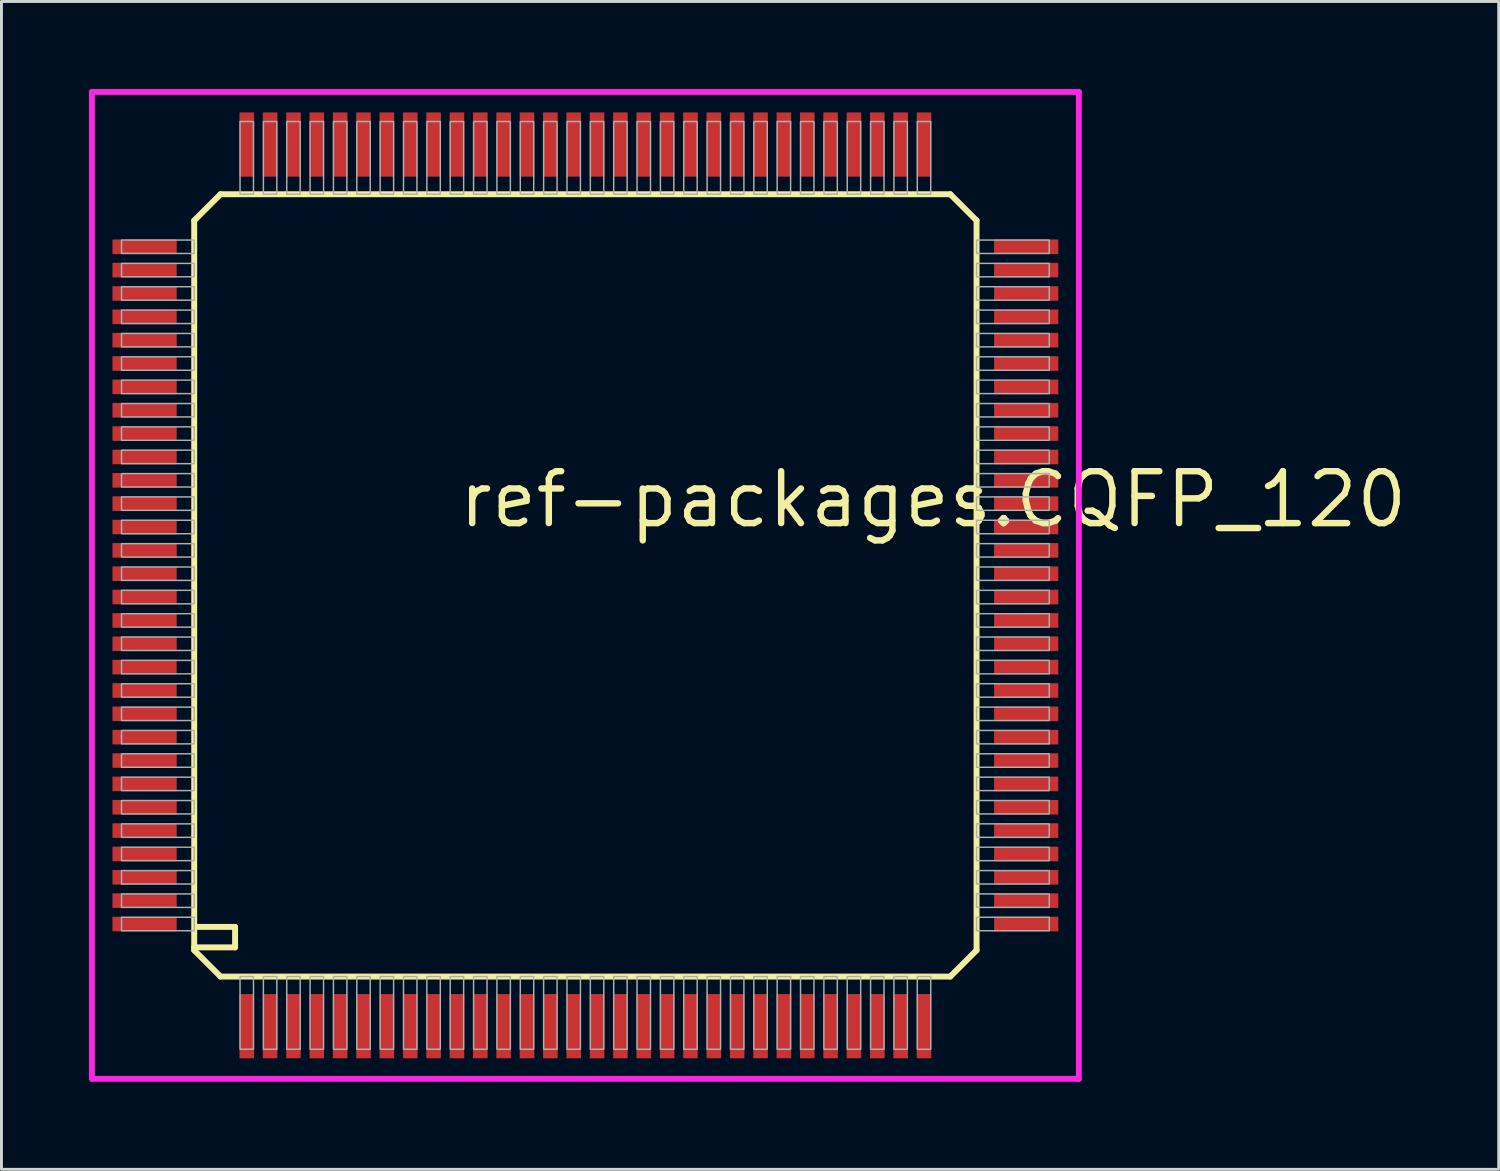
<source format=kicad_pcb>
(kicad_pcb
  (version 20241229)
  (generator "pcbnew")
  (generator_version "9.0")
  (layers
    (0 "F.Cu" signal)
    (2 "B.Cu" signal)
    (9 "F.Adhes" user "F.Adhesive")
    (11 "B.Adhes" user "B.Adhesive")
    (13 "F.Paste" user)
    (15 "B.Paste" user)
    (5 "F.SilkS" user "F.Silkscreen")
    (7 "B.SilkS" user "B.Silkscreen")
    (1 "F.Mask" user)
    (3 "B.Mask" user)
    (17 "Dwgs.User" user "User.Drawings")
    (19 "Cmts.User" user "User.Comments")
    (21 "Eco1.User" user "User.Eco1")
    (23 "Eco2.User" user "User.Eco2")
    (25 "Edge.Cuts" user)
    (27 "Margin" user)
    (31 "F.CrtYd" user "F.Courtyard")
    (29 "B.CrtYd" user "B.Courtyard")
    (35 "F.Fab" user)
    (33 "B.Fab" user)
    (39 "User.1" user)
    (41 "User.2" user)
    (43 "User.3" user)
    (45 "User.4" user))
  (footprint "ref-packages.CQFP_120"
    (layer "F.Cu")
    (at 17.003 17.003)
    (property "Reference" "ref-packages.CQFP_120" (at -4.445 -1.905 0) (layer "F.SilkS") (effects (font (size 1.778 1.778) (thickness 0.22)) (justify left bottom)))
    (attr smd)
    (fp_line (start -13.4 -12.5) (end -13.4 12.4) (stroke (width 0.203) (type default)) (layer "F.SilkS"))
    (fp_line (start -13.4 -12.5) (end -12.5 -13.4) (stroke (width 0.203) (type default)) (layer "F.SilkS"))
    (fp_line (start -13.4 12.4) (end -13.4 12.5) (stroke (width 0.203) (type default)) (layer "F.SilkS"))
    (fp_line (start -13.4 12.4) (end -12 12.4) (stroke (width 0.203) (type default)) (layer "F.SilkS"))
    (fp_line (start -13.4 12.5) (end -12.5 13.4) (stroke (width 0.203) (type default)) (layer "F.SilkS"))
    (fp_line (start -12.5 13.4) (end 12.5 13.4) (stroke (width 0.203) (type default)) (layer "F.SilkS"))
    (fp_line (start -12 11.7) (end -13.3 11.7) (stroke (width 0.203) (type default)) (layer "F.SilkS"))
    (fp_line (start -12 12.4) (end -12 11.7) (stroke (width 0.203) (type default)) (layer "F.SilkS"))
    (fp_line (start 12.5 -13.4) (end -12.5 -13.4) (stroke (width 0.203) (type default)) (layer "F.SilkS"))
    (fp_line (start 12.5 -13.4) (end 13.4 -12.5) (stroke (width 0.203) (type default)) (layer "F.SilkS"))
    (fp_line (start 12.5 13.4) (end 13.4 12.5) (stroke (width 0.203) (type default)) (layer "F.SilkS"))
    (fp_line (start 13.4 12.5) (end 13.4 -12.5) (stroke (width 0.203) (type default)) (layer "F.SilkS"))
    (fp_line (start -16.903 -16.903) (end 16.903 -16.903) (stroke (width 0.2) (type default)) (layer "F.CrtYd"))
    (fp_line (start -16.903 16.903) (end -16.903 -16.903) (stroke (width 0.2) (type default)) (layer "F.CrtYd"))
    (fp_line (start 16.903 -16.903) (end 16.903 16.903) (stroke (width 0.2) (type default)) (layer "F.CrtYd"))
    (fp_line (start 16.903 16.903) (end -16.903 16.903) (stroke (width 0.2) (type default)) (layer "F.CrtYd"))
    (fp_rect (start -15.89 -11.37) (end -13.4 -11.83) (stroke (width 0.05) (type default)) (fill no) (layer "F.Fab"))
    (fp_rect (start -15.89 -10.57) (end -13.4 -11.03) (stroke (width 0.05) (type default)) (fill no) (layer "F.Fab"))
    (fp_rect (start -15.89 -9.77) (end -13.4 -10.23) (stroke (width 0.05) (type default)) (fill no) (layer "F.Fab"))
    (fp_rect (start -15.89 -8.97) (end -13.4 -9.43) (stroke (width 0.05) (type default)) (fill no) (layer "F.Fab"))
    (fp_rect (start -15.89 -8.17) (end -13.4 -8.63) (stroke (width 0.05) (type default)) (fill no) (layer "F.Fab"))
    (fp_rect (start -15.89 -7.37) (end -13.4 -7.83) (stroke (width 0.05) (type default)) (fill no) (layer "F.Fab"))
    (fp_rect (start -15.89 -6.57) (end -13.4 -7.03) (stroke (width 0.05) (type default)) (fill no) (layer "F.Fab"))
    (fp_rect (start -15.89 -5.77) (end -13.4 -6.23) (stroke (width 0.05) (type default)) (fill no) (layer "F.Fab"))
    (fp_rect (start -15.89 -4.97) (end -13.4 -5.43) (stroke (width 0.05) (type default)) (fill no) (layer "F.Fab"))
    (fp_rect (start -15.89 -4.17) (end -13.4 -4.63) (stroke (width 0.05) (type default)) (fill no) (layer "F.Fab"))
    (fp_rect (start -15.89 -3.37) (end -13.4 -3.83) (stroke (width 0.05) (type default)) (fill no) (layer "F.Fab"))
    (fp_rect (start -15.89 -2.57) (end -13.4 -3.03) (stroke (width 0.05) (type default)) (fill no) (layer "F.Fab"))
    (fp_rect (start -15.89 -1.77) (end -13.4 -2.23) (stroke (width 0.05) (type default)) (fill no) (layer "F.Fab"))
    (fp_rect (start -15.89 -0.97) (end -13.4 -1.43) (stroke (width 0.05) (type default)) (fill no) (layer "F.Fab"))
    (fp_rect (start -15.89 -0.17) (end -13.4 -0.63) (stroke (width 0.05) (type default)) (fill no) (layer "F.Fab"))
    (fp_rect (start -15.89 0.63) (end -13.4 0.17) (stroke (width 0.05) (type default)) (fill no) (layer "F.Fab"))
    (fp_rect (start -15.89 1.43) (end -13.4 0.97) (stroke (width 0.05) (type default)) (fill no) (layer "F.Fab"))
    (fp_rect (start -15.89 2.23) (end -13.4 1.77) (stroke (width 0.05) (type default)) (fill no) (layer "F.Fab"))
    (fp_rect (start -15.89 3.03) (end -13.4 2.57) (stroke (width 0.05) (type default)) (fill no) (layer "F.Fab"))
    (fp_rect (start -15.89 3.83) (end -13.4 3.37) (stroke (width 0.05) (type default)) (fill no) (layer "F.Fab"))
    (fp_rect (start -15.89 4.63) (end -13.4 4.17) (stroke (width 0.05) (type default)) (fill no) (layer "F.Fab"))
    (fp_rect (start -15.89 5.43) (end -13.4 4.97) (stroke (width 0.05) (type default)) (fill no) (layer "F.Fab"))
    (fp_rect (start -15.89 6.23) (end -13.4 5.77) (stroke (width 0.05) (type default)) (fill no) (layer "F.Fab"))
    (fp_rect (start -15.89 7.03) (end -13.4 6.57) (stroke (width 0.05) (type default)) (fill no) (layer "F.Fab"))
    (fp_rect (start -15.89 7.83) (end -13.4 7.37) (stroke (width 0.05) (type default)) (fill no) (layer "F.Fab"))
    (fp_rect (start -15.89 8.63) (end -13.4 8.17) (stroke (width 0.05) (type default)) (fill no) (layer "F.Fab"))
    (fp_rect (start -15.89 9.43) (end -13.4 8.97) (stroke (width 0.05) (type default)) (fill no) (layer "F.Fab"))
    (fp_rect (start -15.89 10.23) (end -13.4 9.77) (stroke (width 0.05) (type default)) (fill no) (layer "F.Fab"))
    (fp_rect (start -15.89 11.03) (end -13.4 10.57) (stroke (width 0.05) (type default)) (fill no) (layer "F.Fab"))
    (fp_rect (start -15.89 11.83) (end -13.4 11.37) (stroke (width 0.05) (type default)) (fill no) (layer "F.Fab"))
    (fp_rect (start -11.83 -13.4) (end -11.37 -15.89) (stroke (width 0.05) (type default)) (fill no) (layer "F.Fab"))
    (fp_rect (start -11.83 15.89) (end -11.37 13.4) (stroke (width 0.05) (type default)) (fill no) (layer "F.Fab"))
    (fp_rect (start -11.03 -13.4) (end -10.57 -15.89) (stroke (width 0.05) (type default)) (fill no) (layer "F.Fab"))
    (fp_rect (start -11.03 15.89) (end -10.57 13.4) (stroke (width 0.05) (type default)) (fill no) (layer "F.Fab"))
    (fp_rect (start -10.23 -13.4) (end -9.77 -15.89) (stroke (width 0.05) (type default)) (fill no) (layer "F.Fab"))
    (fp_rect (start -10.23 15.89) (end -9.77 13.4) (stroke (width 0.05) (type default)) (fill no) (layer "F.Fab"))
    (fp_rect (start -9.43 -13.4) (end -8.97 -15.89) (stroke (width 0.05) (type default)) (fill no) (layer "F.Fab"))
    (fp_rect (start -9.43 15.89) (end -8.97 13.4) (stroke (width 0.05) (type default)) (fill no) (layer "F.Fab"))
    (fp_rect (start -8.63 -13.4) (end -8.17 -15.89) (stroke (width 0.05) (type default)) (fill no) (layer "F.Fab"))
    (fp_rect (start -8.63 15.89) (end -8.17 13.4) (stroke (width 0.05) (type default)) (fill no) (layer "F.Fab"))
    (fp_rect (start -7.83 -13.4) (end -7.37 -15.89) (stroke (width 0.05) (type default)) (fill no) (layer "F.Fab"))
    (fp_rect (start -7.83 15.89) (end -7.37 13.4) (stroke (width 0.05) (type default)) (fill no) (layer "F.Fab"))
    (fp_rect (start -7.03 -13.4) (end -6.57 -15.89) (stroke (width 0.05) (type default)) (fill no) (layer "F.Fab"))
    (fp_rect (start -7.03 15.89) (end -6.57 13.4) (stroke (width 0.05) (type default)) (fill no) (layer "F.Fab"))
    (fp_rect (start -6.23 -13.4) (end -5.77 -15.89) (stroke (width 0.05) (type default)) (fill no) (layer "F.Fab"))
    (fp_rect (start -6.23 15.89) (end -5.77 13.4) (stroke (width 0.05) (type default)) (fill no) (layer "F.Fab"))
    (fp_rect (start -5.43 -13.4) (end -4.97 -15.89) (stroke (width 0.05) (type default)) (fill no) (layer "F.Fab"))
    (fp_rect (start -5.43 15.89) (end -4.97 13.4) (stroke (width 0.05) (type default)) (fill no) (layer "F.Fab"))
    (fp_rect (start -4.63 -13.4) (end -4.17 -15.89) (stroke (width 0.05) (type default)) (fill no) (layer "F.Fab"))
    (fp_rect (start -4.63 15.89) (end -4.17 13.4) (stroke (width 0.05) (type default)) (fill no) (layer "F.Fab"))
    (fp_rect (start -3.83 -13.4) (end -3.37 -15.89) (stroke (width 0.05) (type default)) (fill no) (layer "F.Fab"))
    (fp_rect (start -3.83 15.89) (end -3.37 13.4) (stroke (width 0.05) (type default)) (fill no) (layer "F.Fab"))
    (fp_rect (start -3.03 -13.4) (end -2.57 -15.89) (stroke (width 0.05) (type default)) (fill no) (layer "F.Fab"))
    (fp_rect (start -3.03 15.89) (end -2.57 13.4) (stroke (width 0.05) (type default)) (fill no) (layer "F.Fab"))
    (fp_rect (start -2.23 -13.4) (end -1.77 -15.89) (stroke (width 0.05) (type default)) (fill no) (layer "F.Fab"))
    (fp_rect (start -2.23 15.89) (end -1.77 13.4) (stroke (width 0.05) (type default)) (fill no) (layer "F.Fab"))
    (fp_rect (start -1.43 -13.4) (end -0.97 -15.89) (stroke (width 0.05) (type default)) (fill no) (layer "F.Fab"))
    (fp_rect (start -1.43 15.89) (end -0.97 13.4) (stroke (width 0.05) (type default)) (fill no) (layer "F.Fab"))
    (fp_rect (start -0.63 -13.4) (end -0.17 -15.89) (stroke (width 0.05) (type default)) (fill no) (layer "F.Fab"))
    (fp_rect (start -0.63 15.89) (end -0.17 13.4) (stroke (width 0.05) (type default)) (fill no) (layer "F.Fab"))
    (fp_rect (start 0.17 -13.4) (end 0.63 -15.89) (stroke (width 0.05) (type default)) (fill no) (layer "F.Fab"))
    (fp_rect (start 0.17 15.89) (end 0.63 13.4) (stroke (width 0.05) (type default)) (fill no) (layer "F.Fab"))
    (fp_rect (start 0.97 -13.4) (end 1.43 -15.89) (stroke (width 0.05) (type default)) (fill no) (layer "F.Fab"))
    (fp_rect (start 0.97 15.89) (end 1.43 13.4) (stroke (width 0.05) (type default)) (fill no) (layer "F.Fab"))
    (fp_rect (start 1.77 -13.4) (end 2.23 -15.89) (stroke (width 0.05) (type default)) (fill no) (layer "F.Fab"))
    (fp_rect (start 1.77 15.89) (end 2.23 13.4) (stroke (width 0.05) (type default)) (fill no) (layer "F.Fab"))
    (fp_rect (start 2.57 -13.4) (end 3.03 -15.89) (stroke (width 0.05) (type default)) (fill no) (layer "F.Fab"))
    (fp_rect (start 2.57 15.89) (end 3.03 13.4) (stroke (width 0.05) (type default)) (fill no) (layer "F.Fab"))
    (fp_rect (start 3.37 -13.4) (end 3.83 -15.89) (stroke (width 0.05) (type default)) (fill no) (layer "F.Fab"))
    (fp_rect (start 3.37 15.89) (end 3.83 13.4) (stroke (width 0.05) (type default)) (fill no) (layer "F.Fab"))
    (fp_rect (start 4.17 -13.4) (end 4.63 -15.89) (stroke (width 0.05) (type default)) (fill no) (layer "F.Fab"))
    (fp_rect (start 4.17 15.89) (end 4.63 13.4) (stroke (width 0.05) (type default)) (fill no) (layer "F.Fab"))
    (fp_rect (start 4.97 -13.4) (end 5.43 -15.89) (stroke (width 0.05) (type default)) (fill no) (layer "F.Fab"))
    (fp_rect (start 4.97 15.89) (end 5.43 13.4) (stroke (width 0.05) (type default)) (fill no) (layer "F.Fab"))
    (fp_rect (start 5.77 -13.4) (end 6.23 -15.89) (stroke (width 0.05) (type default)) (fill no) (layer "F.Fab"))
    (fp_rect (start 5.77 15.89) (end 6.23 13.4) (stroke (width 0.05) (type default)) (fill no) (layer "F.Fab"))
    (fp_rect (start 6.57 -13.4) (end 7.03 -15.89) (stroke (width 0.05) (type default)) (fill no) (layer "F.Fab"))
    (fp_rect (start 6.57 15.89) (end 7.03 13.4) (stroke (width 0.05) (type default)) (fill no) (layer "F.Fab"))
    (fp_rect (start 7.37 -13.4) (end 7.83 -15.89) (stroke (width 0.05) (type default)) (fill no) (layer "F.Fab"))
    (fp_rect (start 7.37 15.89) (end 7.83 13.4) (stroke (width 0.05) (type default)) (fill no) (layer "F.Fab"))
    (fp_rect (start 8.17 -13.4) (end 8.63 -15.89) (stroke (width 0.05) (type default)) (fill no) (layer "F.Fab"))
    (fp_rect (start 8.17 15.89) (end 8.63 13.4) (stroke (width 0.05) (type default)) (fill no) (layer "F.Fab"))
    (fp_rect (start 8.97 -13.4) (end 9.43 -15.89) (stroke (width 0.05) (type default)) (fill no) (layer "F.Fab"))
    (fp_rect (start 8.97 15.89) (end 9.43 13.4) (stroke (width 0.05) (type default)) (fill no) (layer "F.Fab"))
    (fp_rect (start 9.77 -13.4) (end 10.23 -15.89) (stroke (width 0.05) (type default)) (fill no) (layer "F.Fab"))
    (fp_rect (start 9.77 15.89) (end 10.23 13.4) (stroke (width 0.05) (type default)) (fill no) (layer "F.Fab"))
    (fp_rect (start 10.57 -13.4) (end 11.03 -15.89) (stroke (width 0.05) (type default)) (fill no) (layer "F.Fab"))
    (fp_rect (start 10.57 15.89) (end 11.03 13.4) (stroke (width 0.05) (type default)) (fill no) (layer "F.Fab"))
    (fp_rect (start 11.37 -13.4) (end 11.83 -15.89) (stroke (width 0.05) (type default)) (fill no) (layer "F.Fab"))
    (fp_rect (start 11.37 15.89) (end 11.83 13.4) (stroke (width 0.05) (type default)) (fill no) (layer "F.Fab"))
    (fp_rect (start 13.4 -11.37) (end 15.89 -11.83) (stroke (width 0.05) (type default)) (fill no) (layer "F.Fab"))
    (fp_rect (start 13.4 -10.57) (end 15.89 -11.03) (stroke (width 0.05) (type default)) (fill no) (layer "F.Fab"))
    (fp_rect (start 13.4 -9.77) (end 15.89 -10.23) (stroke (width 0.05) (type default)) (fill no) (layer "F.Fab"))
    (fp_rect (start 13.4 -8.97) (end 15.89 -9.43) (stroke (width 0.05) (type default)) (fill no) (layer "F.Fab"))
    (fp_rect (start 13.4 -8.17) (end 15.89 -8.63) (stroke (width 0.05) (type default)) (fill no) (layer "F.Fab"))
    (fp_rect (start 13.4 -7.37) (end 15.89 -7.83) (stroke (width 0.05) (type default)) (fill no) (layer "F.Fab"))
    (fp_rect (start 13.4 -6.57) (end 15.89 -7.03) (stroke (width 0.05) (type default)) (fill no) (layer "F.Fab"))
    (fp_rect (start 13.4 -5.77) (end 15.89 -6.23) (stroke (width 0.05) (type default)) (fill no) (layer "F.Fab"))
    (fp_rect (start 13.4 -4.97) (end 15.89 -5.43) (stroke (width 0.05) (type default)) (fill no) (layer "F.Fab"))
    (fp_rect (start 13.4 -4.17) (end 15.89 -4.63) (stroke (width 0.05) (type default)) (fill no) (layer "F.Fab"))
    (fp_rect (start 13.4 -3.37) (end 15.89 -3.83) (stroke (width 0.05) (type default)) (fill no) (layer "F.Fab"))
    (fp_rect (start 13.4 -2.57) (end 15.89 -3.03) (stroke (width 0.05) (type default)) (fill no) (layer "F.Fab"))
    (fp_rect (start 13.4 -1.77) (end 15.89 -2.23) (stroke (width 0.05) (type default)) (fill no) (layer "F.Fab"))
    (fp_rect (start 13.4 -0.97) (end 15.89 -1.43) (stroke (width 0.05) (type default)) (fill no) (layer "F.Fab"))
    (fp_rect (start 13.4 -0.17) (end 15.89 -0.63) (stroke (width 0.05) (type default)) (fill no) (layer "F.Fab"))
    (fp_rect (start 13.4 0.63) (end 15.89 0.17) (stroke (width 0.05) (type default)) (fill no) (layer "F.Fab"))
    (fp_rect (start 13.4 1.43) (end 15.89 0.97) (stroke (width 0.05) (type default)) (fill no) (layer "F.Fab"))
    (fp_rect (start 13.4 2.23) (end 15.89 1.77) (stroke (width 0.05) (type default)) (fill no) (layer "F.Fab"))
    (fp_rect (start 13.4 3.03) (end 15.89 2.57) (stroke (width 0.05) (type default)) (fill no) (layer "F.Fab"))
    (fp_rect (start 13.4 3.83) (end 15.89 3.37) (stroke (width 0.05) (type default)) (fill no) (layer "F.Fab"))
    (fp_rect (start 13.4 4.63) (end 15.89 4.17) (stroke (width 0.05) (type default)) (fill no) (layer "F.Fab"))
    (fp_rect (start 13.4 5.43) (end 15.89 4.97) (stroke (width 0.05) (type default)) (fill no) (layer "F.Fab"))
    (fp_rect (start 13.4 6.23) (end 15.89 5.77) (stroke (width 0.05) (type default)) (fill no) (layer "F.Fab"))
    (fp_rect (start 13.4 7.03) (end 15.89 6.57) (stroke (width 0.05) (type default)) (fill no) (layer "F.Fab"))
    (fp_rect (start 13.4 7.83) (end 15.89 7.37) (stroke (width 0.05) (type default)) (fill no) (layer "F.Fab"))
    (fp_rect (start 13.4 8.63) (end 15.89 8.17) (stroke (width 0.05) (type default)) (fill no) (layer "F.Fab"))
    (fp_rect (start 13.4 9.43) (end 15.89 8.97) (stroke (width 0.05) (type default)) (fill no) (layer "F.Fab"))
    (fp_rect (start 13.4 10.23) (end 15.89 9.77) (stroke (width 0.05) (type default)) (fill no) (layer "F.Fab"))
    (fp_rect (start 13.4 11.03) (end 15.89 10.57) (stroke (width 0.05) (type default)) (fill no) (layer "F.Fab"))
    (fp_rect (start 13.4 11.83) (end 15.89 11.37) (stroke (width 0.05) (type default)) (fill no) (layer "F.Fab"))
    (pad "1" smd roundrect (at -11.6 15.1) (size 0.5 2.2) (layers "F.Cu" "F.Mask" "F.Paste") (roundrect_rratio 0.01))
    (pad "2" smd roundrect (at -10.8 15.1) (size 0.5 2.2) (layers "F.Cu" "F.Mask" "F.Paste") (roundrect_rratio 0.01))
    (pad "3" smd roundrect (at -10 15.1) (size 0.5 2.2) (layers "F.Cu" "F.Mask" "F.Paste") (roundrect_rratio 0.01))
    (pad "4" smd roundrect (at -9.2 15.1) (size 0.5 2.2) (layers "F.Cu" "F.Mask" "F.Paste") (roundrect_rratio 0.01))
    (pad "5" smd roundrect (at -8.4 15.1) (size 0.5 2.2) (layers "F.Cu" "F.Mask" "F.Paste") (roundrect_rratio 0.01))
    (pad "6" smd roundrect (at -7.6 15.1) (size 0.5 2.2) (layers "F.Cu" "F.Mask" "F.Paste") (roundrect_rratio 0.01))
    (pad "7" smd roundrect (at -6.8 15.1) (size 0.5 2.2) (layers "F.Cu" "F.Mask" "F.Paste") (roundrect_rratio 0.01))
    (pad "8" smd roundrect (at -6 15.1) (size 0.5 2.2) (layers "F.Cu" "F.Mask" "F.Paste") (roundrect_rratio 0.01))
    (pad "9" smd roundrect (at -5.2 15.1) (size 0.5 2.2) (layers "F.Cu" "F.Mask" "F.Paste") (roundrect_rratio 0.01))
    (pad "10" smd roundrect (at -4.4 15.1) (size 0.5 2.2) (layers "F.Cu" "F.Mask" "F.Paste") (roundrect_rratio 0.01))
    (pad "11" smd roundrect (at -3.6 15.1) (size 0.5 2.2) (layers "F.Cu" "F.Mask" "F.Paste") (roundrect_rratio 0.01))
    (pad "12" smd roundrect (at -2.8 15.1) (size 0.5 2.2) (layers "F.Cu" "F.Mask" "F.Paste") (roundrect_rratio 0.01))
    (pad "13" smd roundrect (at -2 15.1) (size 0.5 2.2) (layers "F.Cu" "F.Mask" "F.Paste") (roundrect_rratio 0.01))
    (pad "14" smd roundrect (at -1.2 15.1) (size 0.5 2.2) (layers "F.Cu" "F.Mask" "F.Paste") (roundrect_rratio 0.01))
    (pad "15" smd roundrect (at -0.4 15.1) (size 0.5 2.2) (layers "F.Cu" "F.Mask" "F.Paste") (roundrect_rratio 0.01))
    (pad "16" smd roundrect (at 0.4 15.1) (size 0.5 2.2) (layers "F.Cu" "F.Mask" "F.Paste") (roundrect_rratio 0.01))
    (pad "17" smd roundrect (at 1.2 15.1) (size 0.5 2.2) (layers "F.Cu" "F.Mask" "F.Paste") (roundrect_rratio 0.01))
    (pad "18" smd roundrect (at 2 15.1) (size 0.5 2.2) (layers "F.Cu" "F.Mask" "F.Paste") (roundrect_rratio 0.01))
    (pad "19" smd roundrect (at 2.8 15.1) (size 0.5 2.2) (layers "F.Cu" "F.Mask" "F.Paste") (roundrect_rratio 0.01))
    (pad "20" smd roundrect (at 3.6 15.1) (size 0.5 2.2) (layers "F.Cu" "F.Mask" "F.Paste") (roundrect_rratio 0.01))
    (pad "21" smd roundrect (at 4.4 15.1) (size 0.5 2.2) (layers "F.Cu" "F.Mask" "F.Paste") (roundrect_rratio 0.01))
    (pad "22" smd roundrect (at 5.2 15.1) (size 0.5 2.2) (layers "F.Cu" "F.Mask" "F.Paste") (roundrect_rratio 0.01))
    (pad "23" smd roundrect (at 6 15.1) (size 0.5 2.2) (layers "F.Cu" "F.Mask" "F.Paste") (roundrect_rratio 0.01))
    (pad "24" smd roundrect (at 6.8 15.1) (size 0.5 2.2) (layers "F.Cu" "F.Mask" "F.Paste") (roundrect_rratio 0.01))
    (pad "25" smd roundrect (at 7.6 15.1) (size 0.5 2.2) (layers "F.Cu" "F.Mask" "F.Paste") (roundrect_rratio 0.01))
    (pad "26" smd roundrect (at 8.4 15.1) (size 0.5 2.2) (layers "F.Cu" "F.Mask" "F.Paste") (roundrect_rratio 0.01))
    (pad "27" smd roundrect (at 9.2 15.1) (size 0.5 2.2) (layers "F.Cu" "F.Mask" "F.Paste") (roundrect_rratio 0.01))
    (pad "28" smd roundrect (at 10 15.1) (size 0.5 2.2) (layers "F.Cu" "F.Mask" "F.Paste") (roundrect_rratio 0.01))
    (pad "29" smd roundrect (at 10.8 15.1) (size 0.5 2.2) (layers "F.Cu" "F.Mask" "F.Paste") (roundrect_rratio 0.01))
    (pad "30" smd roundrect (at 11.6 15.1) (size 0.5 2.2) (layers "F.Cu" "F.Mask" "F.Paste") (roundrect_rratio 0.01))
    (pad "31" smd roundrect (at 15.1 11.6) (size 2.2 0.5) (layers "F.Cu" "F.Mask" "F.Paste") (roundrect_rratio 0.01))
    (pad "32" smd roundrect (at 15.1 10.8) (size 2.2 0.5) (layers "F.Cu" "F.Mask" "F.Paste") (roundrect_rratio 0.01))
    (pad "33" smd roundrect (at 15.1 10) (size 2.2 0.5) (layers "F.Cu" "F.Mask" "F.Paste") (roundrect_rratio 0.01))
    (pad "34" smd roundrect (at 15.1 9.2) (size 2.2 0.5) (layers "F.Cu" "F.Mask" "F.Paste") (roundrect_rratio 0.01))
    (pad "35" smd roundrect (at 15.1 8.4) (size 2.2 0.5) (layers "F.Cu" "F.Mask" "F.Paste") (roundrect_rratio 0.01))
    (pad "36" smd roundrect (at 15.1 7.6) (size 2.2 0.5) (layers "F.Cu" "F.Mask" "F.Paste") (roundrect_rratio 0.01))
    (pad "37" smd roundrect (at 15.1 6.8) (size 2.2 0.5) (layers "F.Cu" "F.Mask" "F.Paste") (roundrect_rratio 0.01))
    (pad "38" smd roundrect (at 15.1 6) (size 2.2 0.5) (layers "F.Cu" "F.Mask" "F.Paste") (roundrect_rratio 0.01))
    (pad "39" smd roundrect (at 15.1 5.2) (size 2.2 0.5) (layers "F.Cu" "F.Mask" "F.Paste") (roundrect_rratio 0.01))
    (pad "40" smd roundrect (at 15.1 4.4) (size 2.2 0.5) (layers "F.Cu" "F.Mask" "F.Paste") (roundrect_rratio 0.01))
    (pad "41" smd roundrect (at 15.1 3.6) (size 2.2 0.5) (layers "F.Cu" "F.Mask" "F.Paste") (roundrect_rratio 0.01))
    (pad "42" smd roundrect (at 15.1 2.8) (size 2.2 0.5) (layers "F.Cu" "F.Mask" "F.Paste") (roundrect_rratio 0.01))
    (pad "43" smd roundrect (at 15.1 2) (size 2.2 0.5) (layers "F.Cu" "F.Mask" "F.Paste") (roundrect_rratio 0.01))
    (pad "44" smd roundrect (at 15.1 1.2) (size 2.2 0.5) (layers "F.Cu" "F.Mask" "F.Paste") (roundrect_rratio 0.01))
    (pad "45" smd roundrect (at 15.1 0.4) (size 2.2 0.5) (layers "F.Cu" "F.Mask" "F.Paste") (roundrect_rratio 0.01))
    (pad "46" smd roundrect (at 15.1 -0.4) (size 2.2 0.5) (layers "F.Cu" "F.Mask" "F.Paste") (roundrect_rratio 0.01))
    (pad "47" smd roundrect (at 15.1 -1.2) (size 2.2 0.5) (layers "F.Cu" "F.Mask" "F.Paste") (roundrect_rratio 0.01))
    (pad "48" smd roundrect (at 15.1 -2) (size 2.2 0.5) (layers "F.Cu" "F.Mask" "F.Paste") (roundrect_rratio 0.01))
    (pad "49" smd roundrect (at 15.1 -2.8) (size 2.2 0.5) (layers "F.Cu" "F.Mask" "F.Paste") (roundrect_rratio 0.01))
    (pad "50" smd roundrect (at 15.1 -3.6) (size 2.2 0.5) (layers "F.Cu" "F.Mask" "F.Paste") (roundrect_rratio 0.01))
    (pad "51" smd roundrect (at 15.1 -4.4) (size 2.2 0.5) (layers "F.Cu" "F.Mask" "F.Paste") (roundrect_rratio 0.01))
    (pad "52" smd roundrect (at 15.1 -5.2) (size 2.2 0.5) (layers "F.Cu" "F.Mask" "F.Paste") (roundrect_rratio 0.01))
    (pad "53" smd roundrect (at 15.1 -6) (size 2.2 0.5) (layers "F.Cu" "F.Mask" "F.Paste") (roundrect_rratio 0.01))
    (pad "54" smd roundrect (at 15.1 -6.8) (size 2.2 0.5) (layers "F.Cu" "F.Mask" "F.Paste") (roundrect_rratio 0.01))
    (pad "55" smd roundrect (at 15.1 -7.6) (size 2.2 0.5) (layers "F.Cu" "F.Mask" "F.Paste") (roundrect_rratio 0.01))
    (pad "56" smd roundrect (at 15.1 -8.4) (size 2.2 0.5) (layers "F.Cu" "F.Mask" "F.Paste") (roundrect_rratio 0.01))
    (pad "57" smd roundrect (at 15.1 -9.2) (size 2.2 0.5) (layers "F.Cu" "F.Mask" "F.Paste") (roundrect_rratio 0.01))
    (pad "58" smd roundrect (at 15.1 -10) (size 2.2 0.5) (layers "F.Cu" "F.Mask" "F.Paste") (roundrect_rratio 0.01))
    (pad "59" smd roundrect (at 15.1 -10.8) (size 2.2 0.5) (layers "F.Cu" "F.Mask" "F.Paste") (roundrect_rratio 0.01))
    (pad "60" smd roundrect (at 15.1 -11.6) (size 2.2 0.5) (layers "F.Cu" "F.Mask" "F.Paste") (roundrect_rratio 0.01))
    (pad "61" smd roundrect (at 11.6 -15.1) (size 0.5 2.2) (layers "F.Cu" "F.Mask" "F.Paste") (roundrect_rratio 0.01))
    (pad "62" smd roundrect (at 10.8 -15.1) (size 0.5 2.2) (layers "F.Cu" "F.Mask" "F.Paste") (roundrect_rratio 0.01))
    (pad "63" smd roundrect (at 10 -15.1) (size 0.5 2.2) (layers "F.Cu" "F.Mask" "F.Paste") (roundrect_rratio 0.01))
    (pad "64" smd roundrect (at 9.2 -15.1) (size 0.5 2.2) (layers "F.Cu" "F.Mask" "F.Paste") (roundrect_rratio 0.01))
    (pad "65" smd roundrect (at 8.4 -15.1) (size 0.5 2.2) (layers "F.Cu" "F.Mask" "F.Paste") (roundrect_rratio 0.01))
    (pad "66" smd roundrect (at 7.6 -15.1) (size 0.5 2.2) (layers "F.Cu" "F.Mask" "F.Paste") (roundrect_rratio 0.01))
    (pad "67" smd roundrect (at 6.8 -15.1) (size 0.5 2.2) (layers "F.Cu" "F.Mask" "F.Paste") (roundrect_rratio 0.01))
    (pad "68" smd roundrect (at 6 -15.1) (size 0.5 2.2) (layers "F.Cu" "F.Mask" "F.Paste") (roundrect_rratio 0.01))
    (pad "69" smd roundrect (at 5.2 -15.1) (size 0.5 2.2) (layers "F.Cu" "F.Mask" "F.Paste") (roundrect_rratio 0.01))
    (pad "70" smd roundrect (at 4.4 -15.1) (size 0.5 2.2) (layers "F.Cu" "F.Mask" "F.Paste") (roundrect_rratio 0.01))
    (pad "71" smd roundrect (at 3.6 -15.1) (size 0.5 2.2) (layers "F.Cu" "F.Mask" "F.Paste") (roundrect_rratio 0.01))
    (pad "72" smd roundrect (at 2.8 -15.1) (size 0.5 2.2) (layers "F.Cu" "F.Mask" "F.Paste") (roundrect_rratio 0.01))
    (pad "73" smd roundrect (at 2 -15.1) (size 0.5 2.2) (layers "F.Cu" "F.Mask" "F.Paste") (roundrect_rratio 0.01))
    (pad "74" smd roundrect (at 1.2 -15.1) (size 0.5 2.2) (layers "F.Cu" "F.Mask" "F.Paste") (roundrect_rratio 0.01))
    (pad "75" smd roundrect (at 0.4 -15.1) (size 0.5 2.2) (layers "F.Cu" "F.Mask" "F.Paste") (roundrect_rratio 0.01))
    (pad "76" smd roundrect (at -0.4 -15.1) (size 0.5 2.2) (layers "F.Cu" "F.Mask" "F.Paste") (roundrect_rratio 0.01))
    (pad "77" smd roundrect (at -1.2 -15.1) (size 0.5 2.2) (layers "F.Cu" "F.Mask" "F.Paste") (roundrect_rratio 0.01))
    (pad "78" smd roundrect (at -2 -15.1) (size 0.5 2.2) (layers "F.Cu" "F.Mask" "F.Paste") (roundrect_rratio 0.01))
    (pad "79" smd roundrect (at -2.8 -15.1) (size 0.5 2.2) (layers "F.Cu" "F.Mask" "F.Paste") (roundrect_rratio 0.01))
    (pad "80" smd roundrect (at -3.6 -15.1) (size 0.5 2.2) (layers "F.Cu" "F.Mask" "F.Paste") (roundrect_rratio 0.01))
    (pad "81" smd roundrect (at -4.4 -15.1) (size 0.5 2.2) (layers "F.Cu" "F.Mask" "F.Paste") (roundrect_rratio 0.01))
    (pad "82" smd roundrect (at -5.2 -15.1) (size 0.5 2.2) (layers "F.Cu" "F.Mask" "F.Paste") (roundrect_rratio 0.01))
    (pad "83" smd roundrect (at -6 -15.1) (size 0.5 2.2) (layers "F.Cu" "F.Mask" "F.Paste") (roundrect_rratio 0.01))
    (pad "84" smd roundrect (at -6.8 -15.1) (size 0.5 2.2) (layers "F.Cu" "F.Mask" "F.Paste") (roundrect_rratio 0.01))
    (pad "85" smd roundrect (at -7.6 -15.1) (size 0.5 2.2) (layers "F.Cu" "F.Mask" "F.Paste") (roundrect_rratio 0.01))
    (pad "86" smd roundrect (at -8.4 -15.1) (size 0.5 2.2) (layers "F.Cu" "F.Mask" "F.Paste") (roundrect_rratio 0.01))
    (pad "87" smd roundrect (at -9.2 -15.1) (size 0.5 2.2) (layers "F.Cu" "F.Mask" "F.Paste") (roundrect_rratio 0.01))
    (pad "88" smd roundrect (at -10 -15.1) (size 0.5 2.2) (layers "F.Cu" "F.Mask" "F.Paste") (roundrect_rratio 0.01))
    (pad "89" smd roundrect (at -10.8 -15.1) (size 0.5 2.2) (layers "F.Cu" "F.Mask" "F.Paste") (roundrect_rratio 0.01))
    (pad "90" smd roundrect (at -11.6 -15.1) (size 0.5 2.2) (layers "F.Cu" "F.Mask" "F.Paste") (roundrect_rratio 0.01))
    (pad "91" smd roundrect (at -15.1 -11.6) (size 2.2 0.5) (layers "F.Cu" "F.Mask" "F.Paste") (roundrect_rratio 0.01))
    (pad "92" smd roundrect (at -15.1 -10.8) (size 2.2 0.5) (layers "F.Cu" "F.Mask" "F.Paste") (roundrect_rratio 0.01))
    (pad "93" smd roundrect (at -15.1 -10) (size 2.2 0.5) (layers "F.Cu" "F.Mask" "F.Paste") (roundrect_rratio 0.01))
    (pad "94" smd roundrect (at -15.1 -9.2) (size 2.2 0.5) (layers "F.Cu" "F.Mask" "F.Paste") (roundrect_rratio 0.01))
    (pad "95" smd roundrect (at -15.1 -8.4) (size 2.2 0.5) (layers "F.Cu" "F.Mask" "F.Paste") (roundrect_rratio 0.01))
    (pad "96" smd roundrect (at -15.1 -7.6) (size 2.2 0.5) (layers "F.Cu" "F.Mask" "F.Paste") (roundrect_rratio 0.01))
    (pad "97" smd roundrect (at -15.1 -6.8) (size 2.2 0.5) (layers "F.Cu" "F.Mask" "F.Paste") (roundrect_rratio 0.01))
    (pad "98" smd roundrect (at -15.1 -6) (size 2.2 0.5) (layers "F.Cu" "F.Mask" "F.Paste") (roundrect_rratio 0.01))
    (pad "99" smd roundrect (at -15.1 -5.2) (size 2.2 0.5) (layers "F.Cu" "F.Mask" "F.Paste") (roundrect_rratio 0.01))
    (pad "100" smd roundrect (at -15.1 -4.4) (size 2.2 0.5) (layers "F.Cu" "F.Mask" "F.Paste") (roundrect_rratio 0.01))
    (pad "101" smd roundrect (at -15.1 -3.6) (size 2.2 0.5) (layers "F.Cu" "F.Mask" "F.Paste") (roundrect_rratio 0.01))
    (pad "102" smd roundrect (at -15.1 -2.8) (size 2.2 0.5) (layers "F.Cu" "F.Mask" "F.Paste") (roundrect_rratio 0.01))
    (pad "103" smd roundrect (at -15.1 -2) (size 2.2 0.5) (layers "F.Cu" "F.Mask" "F.Paste") (roundrect_rratio 0.01))
    (pad "104" smd roundrect (at -15.1 -1.2) (size 2.2 0.5) (layers "F.Cu" "F.Mask" "F.Paste") (roundrect_rratio 0.01))
    (pad "105" smd roundrect (at -15.1 -0.4) (size 2.2 0.5) (layers "F.Cu" "F.Mask" "F.Paste") (roundrect_rratio 0.01))
    (pad "106" smd roundrect (at -15.1 0.4) (size 2.2 0.5) (layers "F.Cu" "F.Mask" "F.Paste") (roundrect_rratio 0.01))
    (pad "107" smd roundrect (at -15.1 1.2) (size 2.2 0.5) (layers "F.Cu" "F.Mask" "F.Paste") (roundrect_rratio 0.01))
    (pad "108" smd roundrect (at -15.1 2) (size 2.2 0.5) (layers "F.Cu" "F.Mask" "F.Paste") (roundrect_rratio 0.01))
    (pad "109" smd roundrect (at -15.1 2.8) (size 2.2 0.5) (layers "F.Cu" "F.Mask" "F.Paste") (roundrect_rratio 0.01))
    (pad "110" smd roundrect (at -15.1 3.6) (size 2.2 0.5) (layers "F.Cu" "F.Mask" "F.Paste") (roundrect_rratio 0.01))
    (pad "111" smd roundrect (at -15.1 4.4) (size 2.2 0.5) (layers "F.Cu" "F.Mask" "F.Paste") (roundrect_rratio 0.01))
    (pad "112" smd roundrect (at -15.1 5.2) (size 2.2 0.5) (layers "F.Cu" "F.Mask" "F.Paste") (roundrect_rratio 0.01))
    (pad "113" smd roundrect (at -15.1 6) (size 2.2 0.5) (layers "F.Cu" "F.Mask" "F.Paste") (roundrect_rratio 0.01))
    (pad "114" smd roundrect (at -15.1 6.8) (size 2.2 0.5) (layers "F.Cu" "F.Mask" "F.Paste") (roundrect_rratio 0.01))
    (pad "115" smd roundrect (at -15.1 7.6) (size 2.2 0.5) (layers "F.Cu" "F.Mask" "F.Paste") (roundrect_rratio 0.01))
    (pad "116" smd roundrect (at -15.1 8.4) (size 2.2 0.5) (layers "F.Cu" "F.Mask" "F.Paste") (roundrect_rratio 0.01))
    (pad "117" smd roundrect (at -15.1 9.2) (size 2.2 0.5) (layers "F.Cu" "F.Mask" "F.Paste") (roundrect_rratio 0.01))
    (pad "118" smd roundrect (at -15.1 10) (size 2.2 0.5) (layers "F.Cu" "F.Mask" "F.Paste") (roundrect_rratio 0.01))
    (pad "119" smd roundrect (at -15.1 10.8) (size 2.2 0.5) (layers "F.Cu" "F.Mask" "F.Paste") (roundrect_rratio 0.01))
    (pad "120" smd roundrect (at -15.1 11.6) (size 2.2 0.5) (layers "F.Cu" "F.Mask" "F.Paste") (roundrect_rratio 0.01)))
  (gr_rect
    (start -3 -3)
    (end 48.29 37.006)
    (stroke (width 0.1) (type default))
    (fill no)
    (layer "Edge.Cuts")))
</source>
